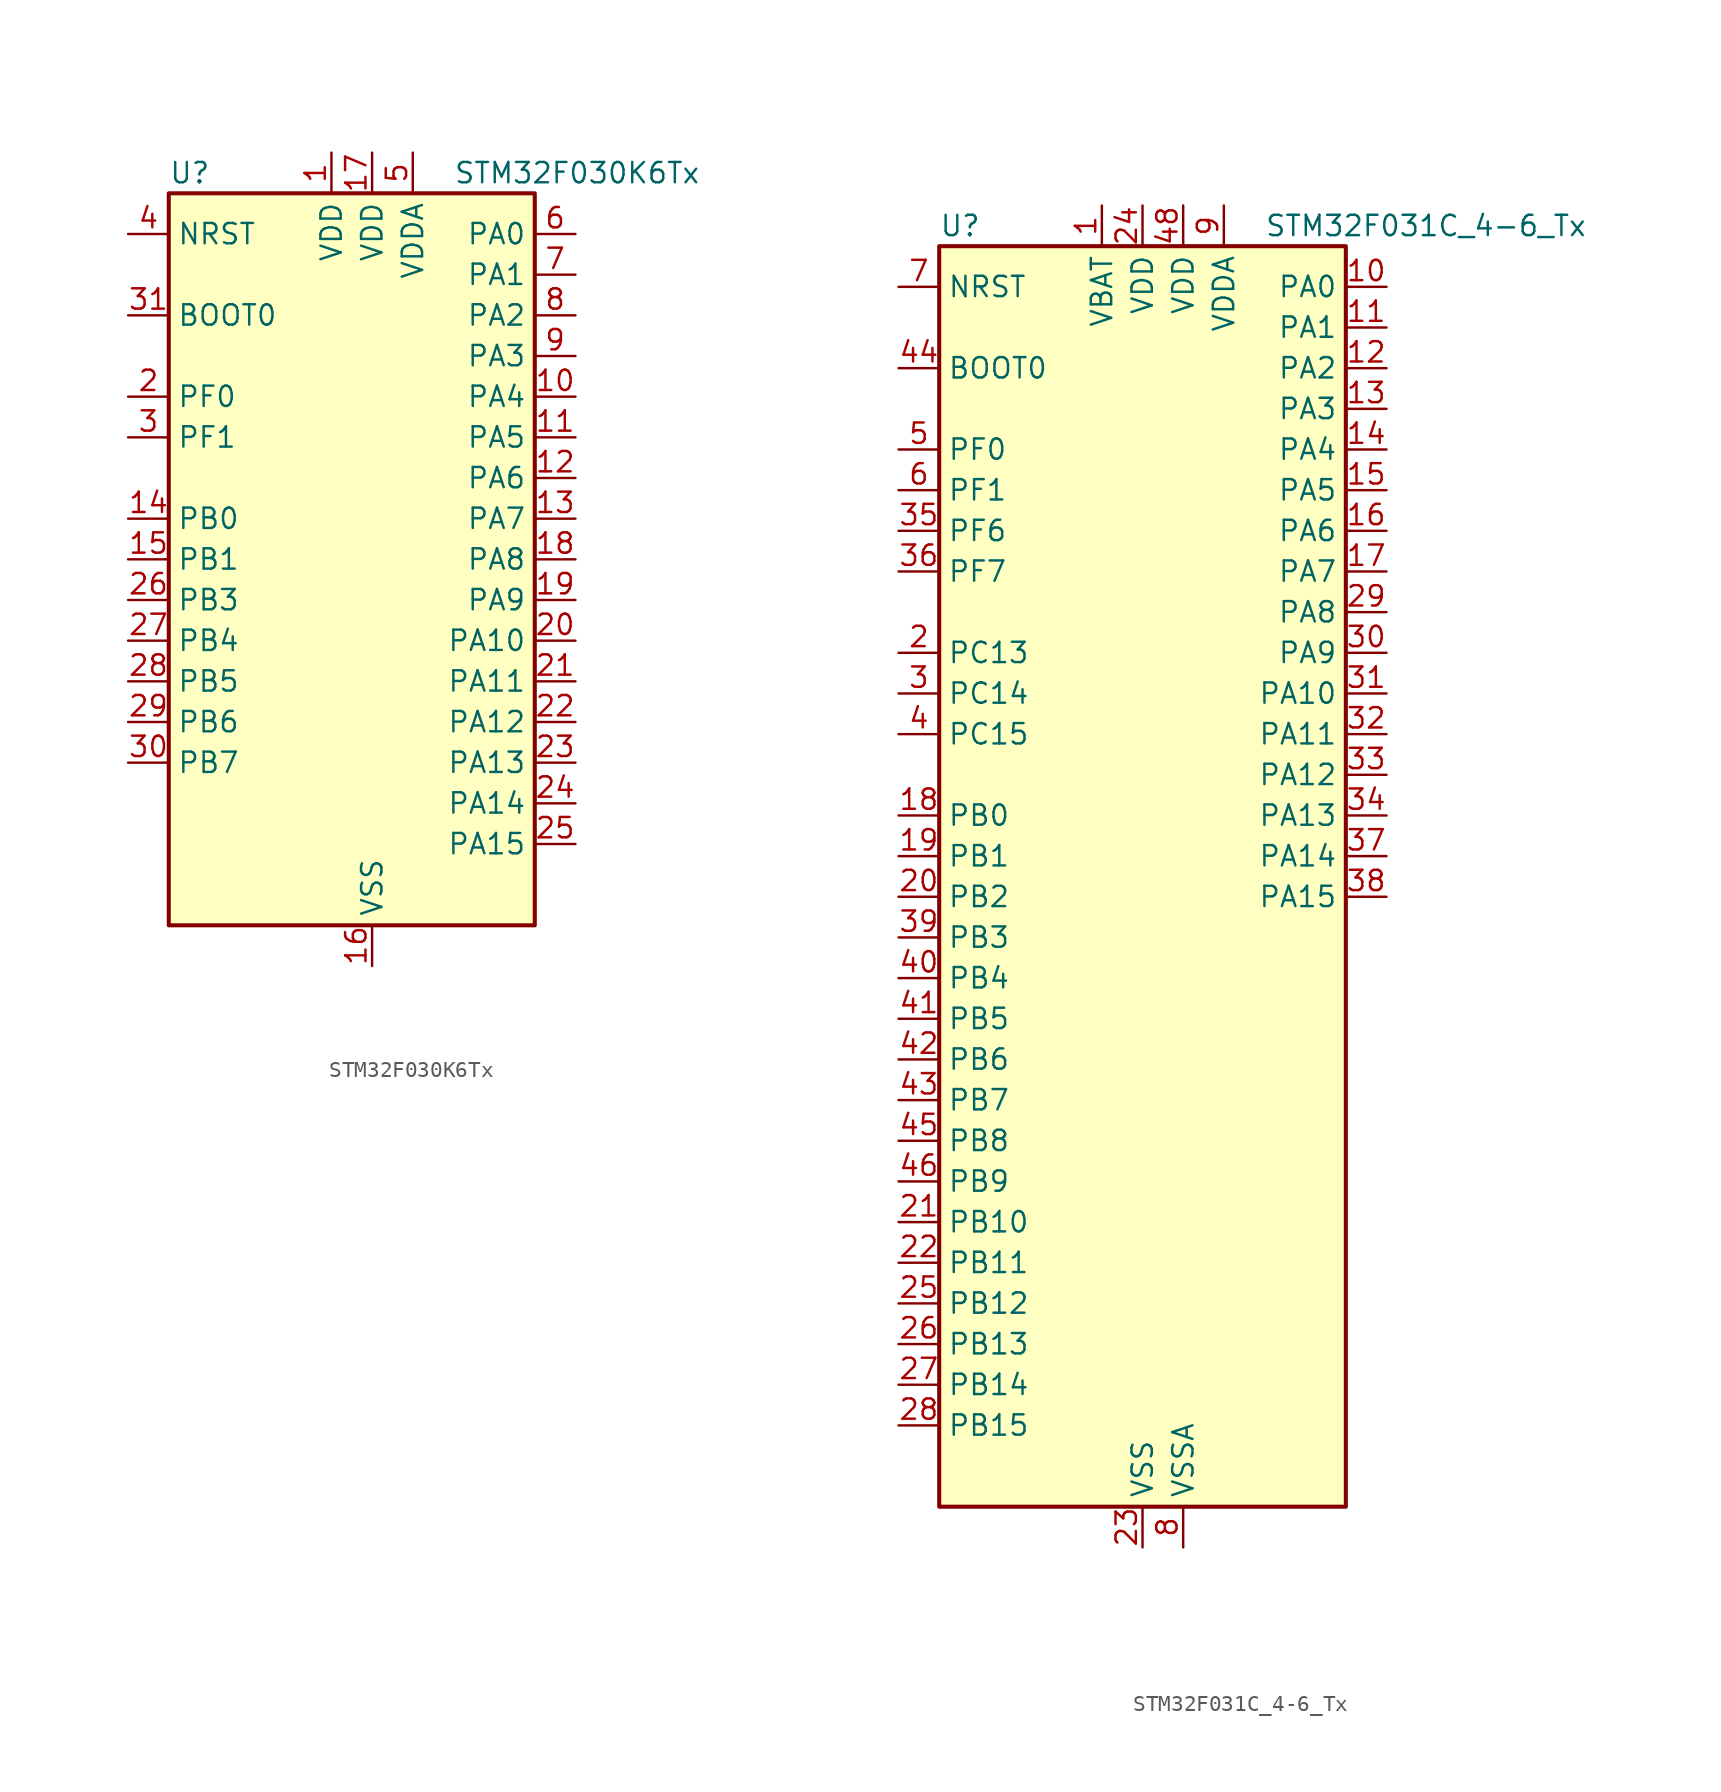
<source format=kicad_sym>
(kicad_symbol_lib
  (version 20231120)
  (generator "kicad_symbol_editor")
  (generator_version "8.0")
  (symbol "STM32F030K6Tx"
    (property "Reference" "U"
      (at -10.16 24.13 0)
      (effects (font (size 1.27 1.27)) (justify left)))
    (property "Value" "STM32F030K6Tx"
      (at 7.62 24.13 0)
      (effects (font (size 1.27 1.27)) (justify left)))
    (property "ki_locked" ""
      (at 0 0 0)
      (effects (font (size 1.27 1.27))))
    (symbol "STM32F030K6Tx_0_1"
      (rectangle (start -10.16 -22.86) (end 12.7 22.86) (stroke (width 0.254) (type default)) (fill (type background))))
    (symbol "STM32F030K6Tx_1_1"
      (pin power_in line (at 0 25.4 270) (length 2.54) (name "VDD" (effects (font (size 1.27 1.27)))) (number "1" (effects (font (size 1.27 1.27)))))
      (pin bidirectional line (at 15.24 10.16 180) (length 2.54) (name "PA4" (effects (font (size 1.27 1.27)))) (number "10" (effects (font (size 1.27 1.27)))) (alternate "ADC_IN4" bidirectional line) (alternate "SPI1_NSS" bidirectional line) (alternate "TIM14_CH1" bidirectional line) (alternate "USART1_CK" bidirectional line))
      (pin bidirectional line (at 15.24 7.62 180) (length 2.54) (name "PA5" (effects (font (size 1.27 1.27)))) (number "11" (effects (font (size 1.27 1.27)))) (alternate "ADC_IN5" bidirectional line) (alternate "SPI1_SCK" bidirectional line))
      (pin bidirectional line (at 15.24 5.08 180) (length 2.54) (name "PA6" (effects (font (size 1.27 1.27)))) (number "12" (effects (font (size 1.27 1.27)))) (alternate "ADC_IN6" bidirectional line) (alternate "SPI1_MISO" bidirectional line) (alternate "TIM16_CH1" bidirectional line) (alternate "TIM1_BKIN" bidirectional line) (alternate "TIM3_CH1" bidirectional line))
      (pin bidirectional line (at 15.24 2.54 180) (length 2.54) (name "PA7" (effects (font (size 1.27 1.27)))) (number "13" (effects (font (size 1.27 1.27)))) (alternate "ADC_IN7" bidirectional line) (alternate "SPI1_MOSI" bidirectional line) (alternate "TIM14_CH1" bidirectional line) (alternate "TIM17_CH1" bidirectional line) (alternate "TIM1_CH1N" bidirectional line) (alternate "TIM3_CH2" bidirectional line))
      (pin bidirectional line (at -12.7 2.54 0) (length 2.54) (name "PB0" (effects (font (size 1.27 1.27)))) (number "14" (effects (font (size 1.27 1.27)))) (alternate "ADC_IN8" bidirectional line) (alternate "TIM1_CH2N" bidirectional line) (alternate "TIM3_CH3" bidirectional line))
      (pin bidirectional line (at -12.7 0 0) (length 2.54) (name "PB1" (effects (font (size 1.27 1.27)))) (number "15" (effects (font (size 1.27 1.27)))) (alternate "ADC_IN9" bidirectional line) (alternate "TIM14_CH1" bidirectional line) (alternate "TIM1_CH3N" bidirectional line) (alternate "TIM3_CH4" bidirectional line))
      (pin power_in line (at 2.54 -25.4 90) (length 2.54) (name "VSS" (effects (font (size 1.27 1.27)))) (number "16" (effects (font (size 1.27 1.27)))))
      (pin power_in line (at 2.54 25.4 270) (length 2.54) (name "VDD" (effects (font (size 1.27 1.27)))) (number "17" (effects (font (size 1.27 1.27)))))
      (pin bidirectional line (at 15.24 0 180) (length 2.54) (name "PA8" (effects (font (size 1.27 1.27)))) (number "18" (effects (font (size 1.27 1.27)))) (alternate "RCC_MCO" bidirectional line) (alternate "TIM1_CH1" bidirectional line) (alternate "USART1_CK" bidirectional line))
      (pin bidirectional line (at 15.24 -2.54 180) (length 2.54) (name "PA9" (effects (font (size 1.27 1.27)))) (number "19" (effects (font (size 1.27 1.27)))) (alternate "I2C1_SCL" bidirectional line) (alternate "TIM1_CH2" bidirectional line) (alternate "USART1_TX" bidirectional line))
      (pin bidirectional line (at -12.7 10.16 0) (length 2.54) (name "PF0" (effects (font (size 1.27 1.27)))) (number "2" (effects (font (size 1.27 1.27)))) (alternate "RCC_OSC_IN" bidirectional line))
      (pin bidirectional line (at 15.24 -5.08 180) (length 2.54) (name "PA10" (effects (font (size 1.27 1.27)))) (number "20" (effects (font (size 1.27 1.27)))) (alternate "I2C1_SDA" bidirectional line) (alternate "TIM17_BKIN" bidirectional line) (alternate "TIM1_CH3" bidirectional line) (alternate "USART1_RX" bidirectional line))
      (pin bidirectional line (at 15.24 -7.62 180) (length 2.54) (name "PA11" (effects (font (size 1.27 1.27)))) (number "21" (effects (font (size 1.27 1.27)))) (alternate "TIM1_CH4" bidirectional line) (alternate "USART1_CTS" bidirectional line))
      (pin bidirectional line (at 15.24 -10.16 180) (length 2.54) (name "PA12" (effects (font (size 1.27 1.27)))) (number "22" (effects (font (size 1.27 1.27)))) (alternate "TIM1_ETR" bidirectional line) (alternate "USART1_DE" bidirectional line) (alternate "USART1_RTS" bidirectional line))
      (pin bidirectional line (at 15.24 -12.7 180) (length 2.54) (name "PA13" (effects (font (size 1.27 1.27)))) (number "23" (effects (font (size 1.27 1.27)))) (alternate "IR_OUT" bidirectional line) (alternate "SYS_SWDIO" bidirectional line))
      (pin bidirectional line (at 15.24 -15.24 180) (length 2.54) (name "PA14" (effects (font (size 1.27 1.27)))) (number "24" (effects (font (size 1.27 1.27)))) (alternate "SYS_SWCLK" bidirectional line) (alternate "USART1_TX" bidirectional line))
      (pin bidirectional line (at 15.24 -17.78 180) (length 2.54) (name "PA15" (effects (font (size 1.27 1.27)))) (number "25" (effects (font (size 1.27 1.27)))) (alternate "SPI1_NSS" bidirectional line) (alternate "USART1_RX" bidirectional line))
      (pin bidirectional line (at -12.7 -2.54 0) (length 2.54) (name "PB3" (effects (font (size 1.27 1.27)))) (number "26" (effects (font (size 1.27 1.27)))) (alternate "SPI1_SCK" bidirectional line))
      (pin bidirectional line (at -12.7 -5.08 0) (length 2.54) (name "PB4" (effects (font (size 1.27 1.27)))) (number "27" (effects (font (size 1.27 1.27)))) (alternate "SPI1_MISO" bidirectional line) (alternate "TIM3_CH1" bidirectional line))
      (pin bidirectional line (at -12.7 -7.62 0) (length 2.54) (name "PB5" (effects (font (size 1.27 1.27)))) (number "28" (effects (font (size 1.27 1.27)))) (alternate "I2C1_SMBA" bidirectional line) (alternate "SPI1_MOSI" bidirectional line) (alternate "TIM16_BKIN" bidirectional line) (alternate "TIM3_CH2" bidirectional line))
      (pin bidirectional line (at -12.7 -10.16 0) (length 2.54) (name "PB6" (effects (font (size 1.27 1.27)))) (number "29" (effects (font (size 1.27 1.27)))) (alternate "I2C1_SCL" bidirectional line) (alternate "TIM16_CH1N" bidirectional line) (alternate "USART1_TX" bidirectional line))
      (pin bidirectional line (at -12.7 7.62 0) (length 2.54) (name "PF1" (effects (font (size 1.27 1.27)))) (number "3" (effects (font (size 1.27 1.27)))) (alternate "RCC_OSC_OUT" bidirectional line))
      (pin bidirectional line (at -12.7 -12.7 0) (length 2.54) (name "PB7" (effects (font (size 1.27 1.27)))) (number "30" (effects (font (size 1.27 1.27)))) (alternate "I2C1_SDA" bidirectional line) (alternate "TIM17_CH1N" bidirectional line) (alternate "USART1_RX" bidirectional line))
      (pin input line (at -12.7 15.24 0) (length 2.54) (name "BOOT0" (effects (font (size 1.27 1.27)))) (number "31" (effects (font (size 1.27 1.27)))))
      (pin passive line (at 2.54 -25.4 90) (length 2.54) hide (name "VSS" (effects (font (size 1.27 1.27)))) (number "32" (effects (font (size 1.27 1.27)))))
      (pin input line (at -12.7 20.32 0) (length 2.54) (name "NRST" (effects (font (size 1.27 1.27)))) (number "4" (effects (font (size 1.27 1.27)))))
      (pin power_in line (at 5.08 25.4 270) (length 2.54) (name "VDDA" (effects (font (size 1.27 1.27)))) (number "5" (effects (font (size 1.27 1.27)))))
      (pin bidirectional line (at 15.24 20.32 180) (length 2.54) (name "PA0" (effects (font (size 1.27 1.27)))) (number "6" (effects (font (size 1.27 1.27)))) (alternate "ADC_IN0" bidirectional line) (alternate "RTC_TAMP2" bidirectional line) (alternate "SYS_WKUP1" bidirectional line) (alternate "USART1_CTS" bidirectional line))
      (pin bidirectional line (at 15.24 17.78 180) (length 2.54) (name "PA1" (effects (font (size 1.27 1.27)))) (number "7" (effects (font (size 1.27 1.27)))) (alternate "ADC_IN1" bidirectional line) (alternate "USART1_DE" bidirectional line) (alternate "USART1_RTS" bidirectional line))
      (pin bidirectional line (at 15.24 15.24 180) (length 2.54) (name "PA2" (effects (font (size 1.27 1.27)))) (number "8" (effects (font (size 1.27 1.27)))) (alternate "ADC_IN2" bidirectional line) (alternate "USART1_TX" bidirectional line))
      (pin bidirectional line (at 15.24 12.7 180) (length 2.54) (name "PA3" (effects (font (size 1.27 1.27)))) (number "9" (effects (font (size 1.27 1.27)))) (alternate "ADC_IN3" bidirectional line) (alternate "USART1_RX" bidirectional line))))
  (symbol "STM32F031C_4-6_Tx"
    (property "Reference" "U"
      (at -12.7 41.91 0)
      (effects (font (size 1.27 1.27)) (justify left)))
    (property "Value" "STM32F031C_4-6_Tx"
      (at 7.62 41.91 0)
      (effects (font (size 1.27 1.27)) (justify left)))
    (property "ki_locked" ""
      (at 0 0 0)
      (effects (font (size 1.27 1.27))))
    (symbol "STM32F031C_4-6_Tx_0_1"
      (rectangle (start -12.7 -38.1) (end 12.7 40.64) (stroke (width 0.254) (type default)) (fill (type background))))
    (symbol "STM32F031C_4-6_Tx_1_1"
      (pin power_in line (at -2.54 43.18 270) (length 2.54) (name "VBAT" (effects (font (size 1.27 1.27)))) (number "1" (effects (font (size 1.27 1.27)))))
      (pin bidirectional line (at 15.24 38.1 180) (length 2.54) (name "PA0" (effects (font (size 1.27 1.27)))) (number "10" (effects (font (size 1.27 1.27)))) (alternate "ADC_IN0" bidirectional line) (alternate "RTC_TAMP2" bidirectional line) (alternate "SYS_WKUP1" bidirectional line) (alternate "TIM2_CH1" bidirectional line) (alternate "TIM2_ETR" bidirectional line) (alternate "USART1_CTS" bidirectional line))
      (pin bidirectional line (at 15.24 35.56 180) (length 2.54) (name "PA1" (effects (font (size 1.27 1.27)))) (number "11" (effects (font (size 1.27 1.27)))) (alternate "ADC_IN1" bidirectional line) (alternate "TIM2_CH2" bidirectional line) (alternate "USART1_DE" bidirectional line) (alternate "USART1_RTS" bidirectional line))
      (pin bidirectional line (at 15.24 33.02 180) (length 2.54) (name "PA2" (effects (font (size 1.27 1.27)))) (number "12" (effects (font (size 1.27 1.27)))) (alternate "ADC_IN2" bidirectional line) (alternate "TIM2_CH3" bidirectional line) (alternate "USART1_TX" bidirectional line))
      (pin bidirectional line (at 15.24 30.48 180) (length 2.54) (name "PA3" (effects (font (size 1.27 1.27)))) (number "13" (effects (font (size 1.27 1.27)))) (alternate "ADC_IN3" bidirectional line) (alternate "TIM2_CH4" bidirectional line) (alternate "USART1_RX" bidirectional line))
      (pin bidirectional line (at 15.24 27.94 180) (length 2.54) (name "PA4" (effects (font (size 1.27 1.27)))) (number "14" (effects (font (size 1.27 1.27)))) (alternate "ADC_IN4" bidirectional line) (alternate "I2S1_WS" bidirectional line) (alternate "SPI1_NSS" bidirectional line) (alternate "TIM14_CH1" bidirectional line) (alternate "USART1_CK" bidirectional line))
      (pin bidirectional line (at 15.24 25.4 180) (length 2.54) (name "PA5" (effects (font (size 1.27 1.27)))) (number "15" (effects (font (size 1.27 1.27)))) (alternate "ADC_IN5" bidirectional line) (alternate "I2S1_CK" bidirectional line) (alternate "SPI1_SCK" bidirectional line) (alternate "TIM2_CH1" bidirectional line) (alternate "TIM2_ETR" bidirectional line))
      (pin bidirectional line (at 15.24 22.86 180) (length 2.54) (name "PA6" (effects (font (size 1.27 1.27)))) (number "16" (effects (font (size 1.27 1.27)))) (alternate "ADC_IN6" bidirectional line) (alternate "I2S1_MCK" bidirectional line) (alternate "SPI1_MISO" bidirectional line) (alternate "TIM16_CH1" bidirectional line) (alternate "TIM1_BKIN" bidirectional line) (alternate "TIM3_CH1" bidirectional line))
      (pin bidirectional line (at 15.24 20.32 180) (length 2.54) (name "PA7" (effects (font (size 1.27 1.27)))) (number "17" (effects (font (size 1.27 1.27)))) (alternate "ADC_IN7" bidirectional line) (alternate "I2S1_SD" bidirectional line) (alternate "SPI1_MOSI" bidirectional line) (alternate "TIM14_CH1" bidirectional line) (alternate "TIM17_CH1" bidirectional line) (alternate "TIM1_CH1N" bidirectional line) (alternate "TIM3_CH2" bidirectional line))
      (pin bidirectional line (at -15.24 5.08 0) (length 2.54) (name "PB0" (effects (font (size 1.27 1.27)))) (number "18" (effects (font (size 1.27 1.27)))) (alternate "ADC_IN8" bidirectional line) (alternate "TIM1_CH2N" bidirectional line) (alternate "TIM3_CH3" bidirectional line))
      (pin bidirectional line (at -15.24 2.54 0) (length 2.54) (name "PB1" (effects (font (size 1.27 1.27)))) (number "19" (effects (font (size 1.27 1.27)))) (alternate "ADC_IN9" bidirectional line) (alternate "TIM14_CH1" bidirectional line) (alternate "TIM1_CH3N" bidirectional line) (alternate "TIM3_CH4" bidirectional line))
      (pin bidirectional line (at -15.24 15.24 0) (length 2.54) (name "PC13" (effects (font (size 1.27 1.27)))) (number "2" (effects (font (size 1.27 1.27)))) (alternate "RTC_OUT_ALARM" bidirectional line) (alternate "RTC_OUT_CALIB" bidirectional line) (alternate "RTC_TAMP1" bidirectional line) (alternate "RTC_TS" bidirectional line) (alternate "SYS_WKUP2" bidirectional line))
      (pin bidirectional line (at -15.24 0 0) (length 2.54) (name "PB2" (effects (font (size 1.27 1.27)))) (number "20" (effects (font (size 1.27 1.27)))))
      (pin bidirectional line (at -15.24 -20.32 0) (length 2.54) (name "PB10" (effects (font (size 1.27 1.27)))) (number "21" (effects (font (size 1.27 1.27)))) (alternate "I2C1_SCL" bidirectional line) (alternate "TIM2_CH3" bidirectional line))
      (pin bidirectional line (at -15.24 -22.86 0) (length 2.54) (name "PB11" (effects (font (size 1.27 1.27)))) (number "22" (effects (font (size 1.27 1.27)))) (alternate "I2C1_SDA" bidirectional line) (alternate "TIM2_CH4" bidirectional line))
      (pin power_in line (at 0 -40.64 90) (length 2.54) (name "VSS" (effects (font (size 1.27 1.27)))) (number "23" (effects (font (size 1.27 1.27)))))
      (pin power_in line (at 0 43.18 270) (length 2.54) (name "VDD" (effects (font (size 1.27 1.27)))) (number "24" (effects (font (size 1.27 1.27)))))
      (pin bidirectional line (at -15.24 -25.4 0) (length 2.54) (name "PB12" (effects (font (size 1.27 1.27)))) (number "25" (effects (font (size 1.27 1.27)))) (alternate "SPI1_NSS" bidirectional line) (alternate "TIM1_BKIN" bidirectional line))
      (pin bidirectional line (at -15.24 -27.94 0) (length 2.54) (name "PB13" (effects (font (size 1.27 1.27)))) (number "26" (effects (font (size 1.27 1.27)))) (alternate "SPI1_SCK" bidirectional line) (alternate "TIM1_CH1N" bidirectional line))
      (pin bidirectional line (at -15.24 -30.48 0) (length 2.54) (name "PB14" (effects (font (size 1.27 1.27)))) (number "27" (effects (font (size 1.27 1.27)))) (alternate "SPI1_MISO" bidirectional line) (alternate "TIM1_CH2N" bidirectional line))
      (pin bidirectional line (at -15.24 -33.02 0) (length 2.54) (name "PB15" (effects (font (size 1.27 1.27)))) (number "28" (effects (font (size 1.27 1.27)))) (alternate "RTC_REFIN" bidirectional line) (alternate "SPI1_MOSI" bidirectional line) (alternate "TIM1_CH3N" bidirectional line))
      (pin bidirectional line (at 15.24 17.78 180) (length 2.54) (name "PA8" (effects (font (size 1.27 1.27)))) (number "29" (effects (font (size 1.27 1.27)))) (alternate "RCC_MCO" bidirectional line) (alternate "TIM1_CH1" bidirectional line) (alternate "USART1_CK" bidirectional line))
      (pin bidirectional line (at -15.24 12.7 0) (length 2.54) (name "PC14" (effects (font (size 1.27 1.27)))) (number "3" (effects (font (size 1.27 1.27)))) (alternate "RCC_OSC32_IN" bidirectional line))
      (pin bidirectional line (at 15.24 15.24 180) (length 2.54) (name "PA9" (effects (font (size 1.27 1.27)))) (number "30" (effects (font (size 1.27 1.27)))) (alternate "I2C1_SCL" bidirectional line) (alternate "TIM1_CH2" bidirectional line) (alternate "USART1_TX" bidirectional line))
      (pin bidirectional line (at 15.24 12.7 180) (length 2.54) (name "PA10" (effects (font (size 1.27 1.27)))) (number "31" (effects (font (size 1.27 1.27)))) (alternate "I2C1_SDA" bidirectional line) (alternate "TIM17_BKIN" bidirectional line) (alternate "TIM1_CH3" bidirectional line) (alternate "USART1_RX" bidirectional line))
      (pin bidirectional line (at 15.24 10.16 180) (length 2.54) (name "PA11" (effects (font (size 1.27 1.27)))) (number "32" (effects (font (size 1.27 1.27)))) (alternate "TIM1_CH4" bidirectional line) (alternate "USART1_CTS" bidirectional line))
      (pin bidirectional line (at 15.24 7.62 180) (length 2.54) (name "PA12" (effects (font (size 1.27 1.27)))) (number "33" (effects (font (size 1.27 1.27)))) (alternate "TIM1_ETR" bidirectional line) (alternate "USART1_DE" bidirectional line) (alternate "USART1_RTS" bidirectional line))
      (pin bidirectional line (at 15.24 5.08 180) (length 2.54) (name "PA13" (effects (font (size 1.27 1.27)))) (number "34" (effects (font (size 1.27 1.27)))) (alternate "IR_OUT" bidirectional line) (alternate "SYS_SWDIO" bidirectional line))
      (pin bidirectional line (at -15.24 22.86 0) (length 2.54) (name "PF6" (effects (font (size 1.27 1.27)))) (number "35" (effects (font (size 1.27 1.27)))) (alternate "I2C1_SCL" bidirectional line))
      (pin bidirectional line (at -15.24 20.32 0) (length 2.54) (name "PF7" (effects (font (size 1.27 1.27)))) (number "36" (effects (font (size 1.27 1.27)))) (alternate "I2C1_SDA" bidirectional line))
      (pin bidirectional line (at 15.24 2.54 180) (length 2.54) (name "PA14" (effects (font (size 1.27 1.27)))) (number "37" (effects (font (size 1.27 1.27)))) (alternate "SYS_SWCLK" bidirectional line) (alternate "USART1_TX" bidirectional line))
      (pin bidirectional line (at 15.24 0 180) (length 2.54) (name "PA15" (effects (font (size 1.27 1.27)))) (number "38" (effects (font (size 1.27 1.27)))) (alternate "I2S1_WS" bidirectional line) (alternate "SPI1_NSS" bidirectional line) (alternate "TIM2_CH1" bidirectional line) (alternate "TIM2_ETR" bidirectional line) (alternate "USART1_RX" bidirectional line))
      (pin bidirectional line (at -15.24 -2.54 0) (length 2.54) (name "PB3" (effects (font (size 1.27 1.27)))) (number "39" (effects (font (size 1.27 1.27)))) (alternate "I2S1_CK" bidirectional line) (alternate "SPI1_SCK" bidirectional line) (alternate "TIM2_CH2" bidirectional line))
      (pin bidirectional line (at -15.24 10.16 0) (length 2.54) (name "PC15" (effects (font (size 1.27 1.27)))) (number "4" (effects (font (size 1.27 1.27)))) (alternate "RCC_OSC32_OUT" bidirectional line))
      (pin bidirectional line (at -15.24 -5.08 0) (length 2.54) (name "PB4" (effects (font (size 1.27 1.27)))) (number "40" (effects (font (size 1.27 1.27)))) (alternate "I2S1_MCK" bidirectional line) (alternate "SPI1_MISO" bidirectional line) (alternate "TIM3_CH1" bidirectional line))
      (pin bidirectional line (at -15.24 -7.62 0) (length 2.54) (name "PB5" (effects (font (size 1.27 1.27)))) (number "41" (effects (font (size 1.27 1.27)))) (alternate "I2C1_SMBA" bidirectional line) (alternate "I2S1_SD" bidirectional line) (alternate "SPI1_MOSI" bidirectional line) (alternate "TIM16_BKIN" bidirectional line) (alternate "TIM3_CH2" bidirectional line))
      (pin bidirectional line (at -15.24 -10.16 0) (length 2.54) (name "PB6" (effects (font (size 1.27 1.27)))) (number "42" (effects (font (size 1.27 1.27)))) (alternate "I2C1_SCL" bidirectional line) (alternate "TIM16_CH1N" bidirectional line) (alternate "USART1_TX" bidirectional line))
      (pin bidirectional line (at -15.24 -12.7 0) (length 2.54) (name "PB7" (effects (font (size 1.27 1.27)))) (number "43" (effects (font (size 1.27 1.27)))) (alternate "I2C1_SDA" bidirectional line) (alternate "TIM17_CH1N" bidirectional line) (alternate "USART1_RX" bidirectional line))
      (pin input line (at -15.24 33.02 0) (length 2.54) (name "BOOT0" (effects (font (size 1.27 1.27)))) (number "44" (effects (font (size 1.27 1.27)))))
      (pin bidirectional line (at -15.24 -15.24 0) (length 2.54) (name "PB8" (effects (font (size 1.27 1.27)))) (number "45" (effects (font (size 1.27 1.27)))) (alternate "I2C1_SCL" bidirectional line) (alternate "TIM16_CH1" bidirectional line))
      (pin bidirectional line (at -15.24 -17.78 0) (length 2.54) (name "PB9" (effects (font (size 1.27 1.27)))) (number "46" (effects (font (size 1.27 1.27)))) (alternate "I2C1_SDA" bidirectional line) (alternate "IR_OUT" bidirectional line) (alternate "TIM17_CH1" bidirectional line))
      (pin passive line (at 0 -40.64 90) (length 2.54) hide (name "VSS" (effects (font (size 1.27 1.27)))) (number "47" (effects (font (size 1.27 1.27)))))
      (pin power_in line (at 2.54 43.18 270) (length 2.54) (name "VDD" (effects (font (size 1.27 1.27)))) (number "48" (effects (font (size 1.27 1.27)))))
      (pin bidirectional line (at -15.24 27.94 0) (length 2.54) (name "PF0" (effects (font (size 1.27 1.27)))) (number "5" (effects (font (size 1.27 1.27)))) (alternate "RCC_OSC_IN" bidirectional line))
      (pin bidirectional line (at -15.24 25.4 0) (length 2.54) (name "PF1" (effects (font (size 1.27 1.27)))) (number "6" (effects (font (size 1.27 1.27)))) (alternate "RCC_OSC_OUT" bidirectional line))
      (pin input line (at -15.24 38.1 0) (length 2.54) (name "NRST" (effects (font (size 1.27 1.27)))) (number "7" (effects (font (size 1.27 1.27)))))
      (pin power_in line (at 2.54 -40.64 90) (length 2.54) (name "VSSA" (effects (font (size 1.27 1.27)))) (number "8" (effects (font (size 1.27 1.27)))))
      (pin power_in line (at 5.08 43.18 270) (length 2.54) (name "VDDA" (effects (font (size 1.27 1.27)))) (number "9" (effects (font (size 1.27 1.27))))))))
</source>
